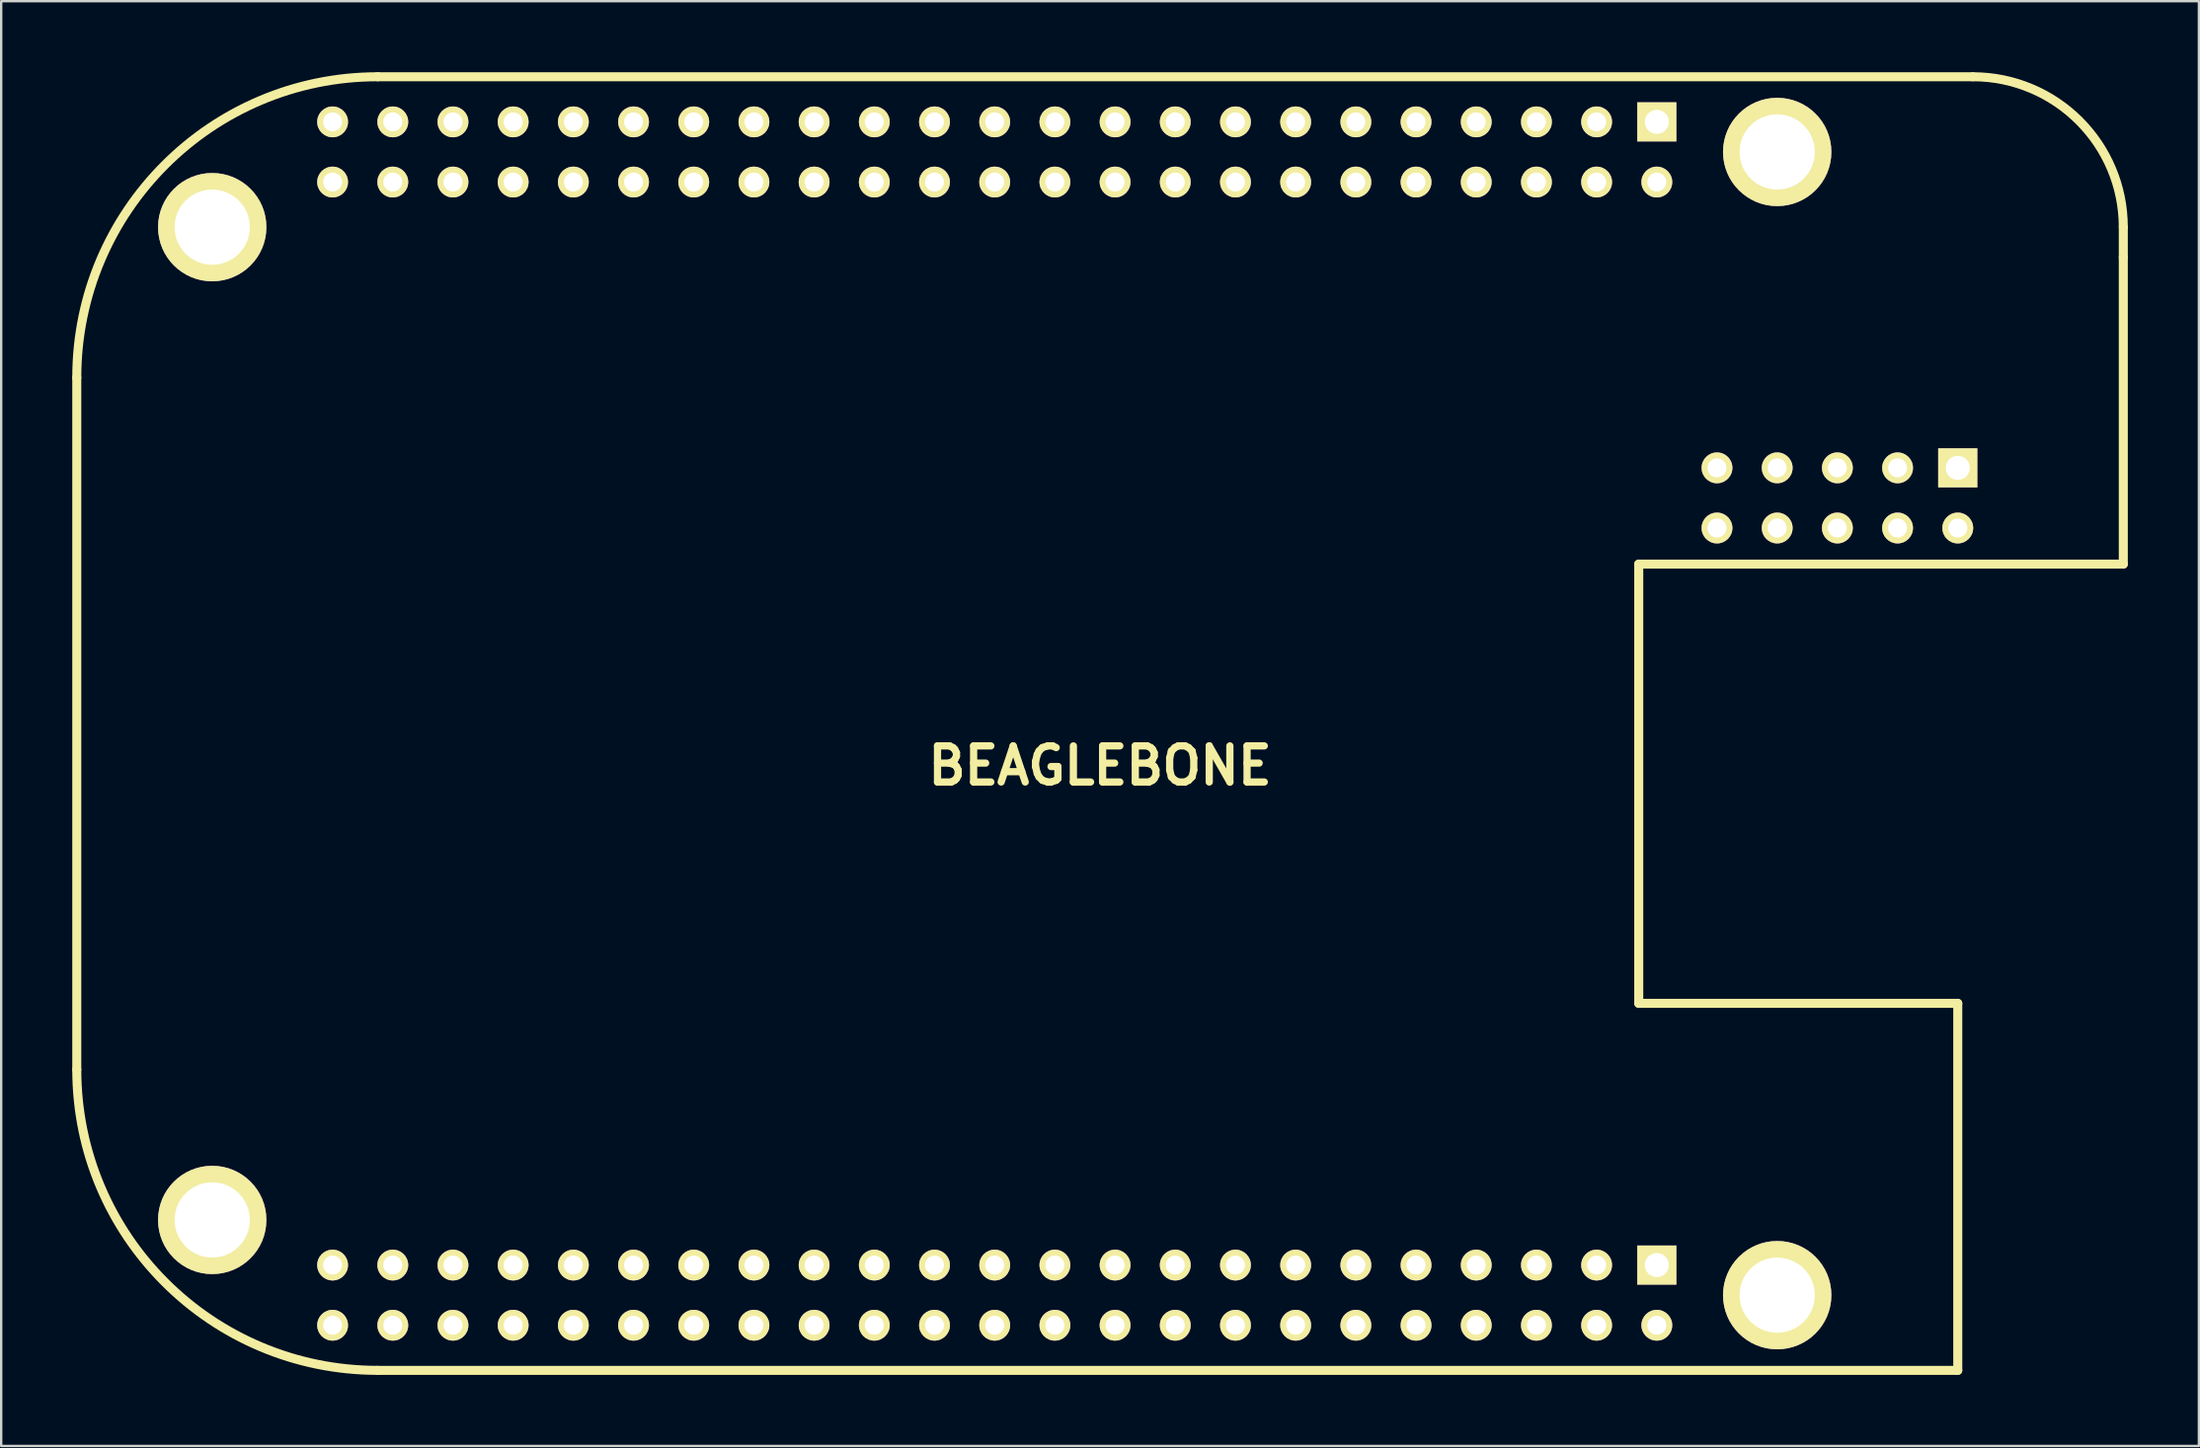
<source format=kicad_pcb>
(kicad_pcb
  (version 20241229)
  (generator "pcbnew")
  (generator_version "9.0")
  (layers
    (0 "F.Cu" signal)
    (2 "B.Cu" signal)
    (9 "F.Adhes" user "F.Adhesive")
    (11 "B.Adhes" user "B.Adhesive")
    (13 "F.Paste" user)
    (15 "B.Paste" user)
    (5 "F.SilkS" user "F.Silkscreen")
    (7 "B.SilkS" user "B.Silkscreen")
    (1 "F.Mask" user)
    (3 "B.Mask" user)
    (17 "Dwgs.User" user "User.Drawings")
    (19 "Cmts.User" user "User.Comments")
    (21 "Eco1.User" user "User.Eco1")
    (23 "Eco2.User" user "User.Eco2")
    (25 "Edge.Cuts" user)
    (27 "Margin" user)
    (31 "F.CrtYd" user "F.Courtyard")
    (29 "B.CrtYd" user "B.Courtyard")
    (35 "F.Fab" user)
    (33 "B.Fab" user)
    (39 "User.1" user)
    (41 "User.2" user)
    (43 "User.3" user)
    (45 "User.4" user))
  (footprint "BEAGLEBONE"
    (layer "F.Cu")
    (at 43.37 27.495)
    (property "Reference" "BEAGLEBONE" (at 0 1.778 0) (layer "F.SilkS") (effects (font (size 1.524 1.524) (thickness 0.305))))
    (attr through_hole)
    (fp_line (start -43.18 -14.605) (end -43.18 14.605) (stroke (width 0.381) (type solid)) (layer "F.SilkS"))
    (fp_line (start -30.48 -27.305) (end 36.83 -27.305) (stroke (width 0.381) (type solid)) (layer "F.SilkS"))
    (fp_line (start -30.48 27.305) (end 36.195 27.305) (stroke (width 0.381) (type solid)) (layer "F.SilkS"))
    (fp_line (start 22.733 -6.731) (end 22.733 11.811) (stroke (width 0.381) (type solid)) (layer "F.SilkS"))
    (fp_line (start 36.195 11.811) (end 22.733 11.811) (stroke (width 0.381) (type solid)) (layer "F.SilkS"))
    (fp_line (start 36.195 27.305) (end 36.195 11.811) (stroke (width 0.381) (type solid)) (layer "F.SilkS"))
    (fp_line (start 43.18 -20.955) (end 43.18 -19.685) (stroke (width 0.381) (type solid)) (layer "F.SilkS"))
    (fp_line (start 43.18 -6.731) (end 22.733 -6.731) (stroke (width 0.381) (type solid)) (layer "F.SilkS"))
    (fp_line (start 43.18 -6.731) (end 43.18 -19.685) (stroke (width 0.381) (type solid)) (layer "F.SilkS"))
    (fp_arc (start -43.18 -14.605) (mid -39.460256 -23.585256) (end -30.48 -27.305) (stroke (width 0.381) (type solid)) (layer "F.SilkS"))
    (fp_arc (start -30.48 27.305) (mid -39.460256 23.585256) (end -43.18 14.605) (stroke (width 0.381) (type solid)) (layer "F.SilkS"))
    (fp_arc (start 36.83 -27.305) (mid 41.320128 -25.445128) (end 43.18 -20.955) (stroke (width 0.381) (type solid)) (layer "F.SilkS"))
    (pad "A1" thru_hole rect (at 36.195 -10.795) (size 1.651 1.651) (drill 1.016) (layers "*.Cu" "*.Mask" "F.SilkS"))
    (pad "A2" thru_hole circle (at 36.195 -8.255) (size 1.3 1.3) (drill 0.8) (layers "*.Cu" "*.Mask" "F.SilkS"))
    (pad "A3" thru_hole circle (at 33.655 -10.795) (size 1.3 1.3) (drill 0.8) (layers "*.Cu" "*.Mask" "F.SilkS"))
    (pad "A4" thru_hole circle (at 33.655 -8.255) (size 1.3 1.3) (drill 0.8) (layers "*.Cu" "*.Mask" "F.SilkS"))
    (pad "A5" thru_hole circle (at 31.115 -10.795) (size 1.3 1.3) (drill 0.8) (layers "*.Cu" "*.Mask" "F.SilkS"))
    (pad "A6" thru_hole circle (at 31.115 -8.255) (size 1.3 1.3) (drill 0.8) (layers "*.Cu" "*.Mask" "F.SilkS"))
    (pad "A7" thru_hole circle (at 28.575 -10.795) (size 1.3 1.3) (drill 0.8) (layers "*.Cu" "*.Mask" "F.SilkS"))
    (pad "A8" thru_hole circle (at 28.575 -8.255) (size 1.3 1.3) (drill 0.8) (layers "*.Cu" "*.Mask" "F.SilkS"))
    (pad "A9" thru_hole circle (at 26.035 -10.795) (size 1.3 1.3) (drill 0.8) (layers "*.Cu" "*.Mask" "F.SilkS"))
    (pad "A10" thru_hole circle (at 26.035 -8.255) (size 1.3 1.3) (drill 0.8) (layers "*.Cu" "*.Mask" "F.SilkS"))
    (pad "B1" thru_hole rect (at 23.495 22.86) (size 1.651 1.651) (drill 1.016) (layers "*.Cu" "*.Mask" "F.SilkS"))
    (pad "B2" thru_hole circle (at 23.495 25.4) (size 1.3 1.3) (drill 0.8) (layers "*.Cu" "*.Mask" "F.SilkS"))
    (pad "B3" thru_hole circle (at 20.955 22.86) (size 1.3 1.3) (drill 0.8) (layers "*.Cu" "*.Mask" "F.SilkS"))
    (pad "B4" thru_hole circle (at 20.955 25.4) (size 1.3 1.3) (drill 0.8) (layers "*.Cu" "*.Mask" "F.SilkS"))
    (pad "B5" thru_hole circle (at 18.415 22.86) (size 1.3 1.3) (drill 0.8) (layers "*.Cu" "*.Mask" "F.SilkS"))
    (pad "B6" thru_hole circle (at 18.415 25.4) (size 1.3 1.3) (drill 0.8) (layers "*.Cu" "*.Mask" "F.SilkS"))
    (pad "B7" thru_hole circle (at 15.875 22.86) (size 1.3 1.3) (drill 0.8) (layers "*.Cu" "*.Mask" "F.SilkS"))
    (pad "B8" thru_hole circle (at 15.875 25.4) (size 1.3 1.3) (drill 0.8) (layers "*.Cu" "*.Mask" "F.SilkS"))
    (pad "B9" thru_hole circle (at 13.335 22.86) (size 1.3 1.3) (drill 0.8) (layers "*.Cu" "*.Mask" "F.SilkS"))
    (pad "B10" thru_hole circle (at 13.335 25.4) (size 1.3 1.3) (drill 0.8) (layers "*.Cu" "*.Mask" "F.SilkS"))
    (pad "B11" thru_hole circle (at 10.795 22.86) (size 1.3 1.3) (drill 0.8) (layers "*.Cu" "*.Mask" "F.SilkS"))
    (pad "B12" thru_hole circle (at 10.795 25.4) (size 1.3 1.3) (drill 0.8) (layers "*.Cu" "*.Mask" "F.SilkS"))
    (pad "B13" thru_hole circle (at 8.255 22.86) (size 1.3 1.3) (drill 0.8) (layers "*.Cu" "*.Mask" "F.SilkS"))
    (pad "B14" thru_hole circle (at 8.255 25.4) (size 1.3 1.3) (drill 0.8) (layers "*.Cu" "*.Mask" "F.SilkS"))
    (pad "B15" thru_hole circle (at 5.715 22.86) (size 1.3 1.3) (drill 0.8) (layers "*.Cu" "*.Mask" "F.SilkS"))
    (pad "B16" thru_hole circle (at 5.715 25.4) (size 1.3 1.3) (drill 0.8) (layers "*.Cu" "*.Mask" "F.SilkS"))
    (pad "B17" thru_hole circle (at 3.175 22.86) (size 1.3 1.3) (drill 0.8) (layers "*.Cu" "*.Mask" "F.SilkS"))
    (pad "B18" thru_hole circle (at 3.175 25.4) (size 1.3 1.3) (drill 0.8) (layers "*.Cu" "*.Mask" "F.SilkS"))
    (pad "B19" thru_hole circle (at 0.635 22.86) (size 1.3 1.3) (drill 0.8) (layers "*.Cu" "*.Mask" "F.SilkS"))
    (pad "B20" thru_hole circle (at 0.635 25.4) (size 1.3 1.3) (drill 0.8) (layers "*.Cu" "*.Mask" "F.SilkS"))
    (pad "B21" thru_hole circle (at -1.905 22.86) (size 1.3 1.3) (drill 0.8) (layers "*.Cu" "*.Mask" "F.SilkS"))
    (pad "B22" thru_hole circle (at -1.905 25.4) (size 1.3 1.3) (drill 0.8) (layers "*.Cu" "*.Mask" "F.SilkS"))
    (pad "B23" thru_hole circle (at -4.445 22.86) (size 1.3 1.3) (drill 0.8) (layers "*.Cu" "*.Mask" "F.SilkS"))
    (pad "B24" thru_hole circle (at -4.445 25.4) (size 1.3 1.3) (drill 0.8) (layers "*.Cu" "*.Mask" "F.SilkS"))
    (pad "B25" thru_hole circle (at -6.985 22.86) (size 1.3 1.3) (drill 0.8) (layers "*.Cu" "*.Mask" "F.SilkS"))
    (pad "B26" thru_hole circle (at -6.985 25.4) (size 1.3 1.3) (drill 0.8) (layers "*.Cu" "*.Mask" "F.SilkS"))
    (pad "B27" thru_hole circle (at -9.525 22.86) (size 1.3 1.3) (drill 0.8) (layers "*.Cu" "*.Mask" "F.SilkS"))
    (pad "B28" thru_hole circle (at -9.525 25.4) (size 1.3 1.3) (drill 0.8) (layers "*.Cu" "*.Mask" "F.SilkS"))
    (pad "B29" thru_hole circle (at -12.065 22.86) (size 1.3 1.3) (drill 0.8) (layers "*.Cu" "*.Mask" "F.SilkS"))
    (pad "B30" thru_hole circle (at -12.065 25.4) (size 1.3 1.3) (drill 0.8) (layers "*.Cu" "*.Mask" "F.SilkS"))
    (pad "B31" thru_hole circle (at -14.605 22.86) (size 1.3 1.3) (drill 0.8) (layers "*.Cu" "*.Mask" "F.SilkS"))
    (pad "B32" thru_hole circle (at -14.605 25.4) (size 1.3 1.3) (drill 0.8) (layers "*.Cu" "*.Mask" "F.SilkS"))
    (pad "B33" thru_hole circle (at -17.145 22.86) (size 1.3 1.3) (drill 0.8) (layers "*.Cu" "*.Mask" "F.SilkS"))
    (pad "B34" thru_hole circle (at -17.145 25.4) (size 1.3 1.3) (drill 0.8) (layers "*.Cu" "*.Mask" "F.SilkS"))
    (pad "B35" thru_hole circle (at -19.685 22.86) (size 1.3 1.3) (drill 0.8) (layers "*.Cu" "*.Mask" "F.SilkS"))
    (pad "B36" thru_hole circle (at -19.685 25.4) (size 1.3 1.3) (drill 0.8) (layers "*.Cu" "*.Mask" "F.SilkS"))
    (pad "B37" thru_hole circle (at -22.225 22.86) (size 1.3 1.3) (drill 0.8) (layers "*.Cu" "*.Mask" "F.SilkS"))
    (pad "B38" thru_hole circle (at -22.225 25.4) (size 1.3 1.3) (drill 0.8) (layers "*.Cu" "*.Mask" "F.SilkS"))
    (pad "B39" thru_hole circle (at -24.765 22.86) (size 1.3 1.3) (drill 0.8) (layers "*.Cu" "*.Mask" "F.SilkS"))
    (pad "B40" thru_hole circle (at -24.765 25.4) (size 1.3 1.3) (drill 0.8) (layers "*.Cu" "*.Mask" "F.SilkS"))
    (pad "B41" thru_hole circle (at -27.305 22.86) (size 1.3 1.3) (drill 0.8) (layers "*.Cu" "*.Mask" "F.SilkS"))
    (pad "B42" thru_hole circle (at -27.305 25.4) (size 1.3 1.3) (drill 0.8) (layers "*.Cu" "*.Mask" "F.SilkS"))
    (pad "B43" thru_hole circle (at -29.845 22.86) (size 1.3 1.3) (drill 0.8) (layers "*.Cu" "*.Mask" "F.SilkS"))
    (pad "B44" thru_hole circle (at -29.845 25.4) (size 1.3 1.3) (drill 0.8) (layers "*.Cu" "*.Mask" "F.SilkS"))
    (pad "B45" thru_hole circle (at -32.385 22.86) (size 1.3 1.3) (drill 0.8) (layers "*.Cu" "*.Mask" "F.SilkS"))
    (pad "B46" thru_hole circle (at -32.385 25.4) (size 1.3 1.3) (drill 0.8) (layers "*.Cu" "*.Mask" "F.SilkS"))
    (pad "C1" thru_hole rect (at 23.495 -25.4) (size 1.651 1.651) (drill 1.016) (layers "*.Cu" "*.Mask" "F.SilkS"))
    (pad "C2" thru_hole circle (at 23.495 -22.86) (size 1.3 1.3) (drill 0.8) (layers "*.Cu" "*.Mask" "F.SilkS"))
    (pad "C3" thru_hole circle (at 20.955 -25.4) (size 1.3 1.3) (drill 0.8) (layers "*.Cu" "*.Mask" "F.SilkS"))
    (pad "C4" thru_hole circle (at 20.955 -22.86) (size 1.3 1.3) (drill 0.8) (layers "*.Cu" "*.Mask" "F.SilkS"))
    (pad "C5" thru_hole circle (at 18.415 -25.4) (size 1.3 1.3) (drill 0.8) (layers "*.Cu" "*.Mask" "F.SilkS"))
    (pad "C6" thru_hole circle (at 18.415 -22.86) (size 1.3 1.3) (drill 0.8) (layers "*.Cu" "*.Mask" "F.SilkS"))
    (pad "C7" thru_hole circle (at 15.875 -25.4) (size 1.3 1.3) (drill 0.8) (layers "*.Cu" "*.Mask" "F.SilkS"))
    (pad "C8" thru_hole circle (at 15.875 -22.86) (size 1.3 1.3) (drill 0.8) (layers "*.Cu" "*.Mask" "F.SilkS"))
    (pad "C9" thru_hole circle (at 13.335 -25.4) (size 1.3 1.3) (drill 0.8) (layers "*.Cu" "*.Mask" "F.SilkS"))
    (pad "C10" thru_hole circle (at 13.335 -22.86) (size 1.3 1.3) (drill 0.8) (layers "*.Cu" "*.Mask" "F.SilkS"))
    (pad "C11" thru_hole circle (at 10.795 -25.4) (size 1.3 1.3) (drill 0.8) (layers "*.Cu" "*.Mask" "F.SilkS"))
    (pad "C12" thru_hole circle (at 10.795 -22.86) (size 1.3 1.3) (drill 0.8) (layers "*.Cu" "*.Mask" "F.SilkS"))
    (pad "C13" thru_hole circle (at 8.255 -25.4) (size 1.3 1.3) (drill 0.8) (layers "*.Cu" "*.Mask" "F.SilkS"))
    (pad "C14" thru_hole circle (at 8.255 -22.86) (size 1.3 1.3) (drill 0.8) (layers "*.Cu" "*.Mask" "F.SilkS"))
    (pad "C15" thru_hole circle (at 5.715 -25.4) (size 1.3 1.3) (drill 0.8) (layers "*.Cu" "*.Mask" "F.SilkS"))
    (pad "C16" thru_hole circle (at 5.715 -22.86) (size 1.3 1.3) (drill 0.8) (layers "*.Cu" "*.Mask" "F.SilkS"))
    (pad "C17" thru_hole circle (at 3.175 -25.4) (size 1.3 1.3) (drill 0.8) (layers "*.Cu" "*.Mask" "F.SilkS"))
    (pad "C18" thru_hole circle (at 3.175 -22.86) (size 1.3 1.3) (drill 0.8) (layers "*.Cu" "*.Mask" "F.SilkS"))
    (pad "C19" thru_hole circle (at 0.635 -25.4) (size 1.3 1.3) (drill 0.8) (layers "*.Cu" "*.Mask" "F.SilkS"))
    (pad "C20" thru_hole circle (at 0.635 -22.86) (size 1.3 1.3) (drill 0.8) (layers "*.Cu" "*.Mask" "F.SilkS"))
    (pad "C21" thru_hole circle (at -1.905 -25.4) (size 1.3 1.3) (drill 0.8) (layers "*.Cu" "*.Mask" "F.SilkS"))
    (pad "C22" thru_hole circle (at -1.905 -22.86) (size 1.3 1.3) (drill 0.8) (layers "*.Cu" "*.Mask" "F.SilkS"))
    (pad "C23" thru_hole circle (at -4.445 -25.4) (size 1.3 1.3) (drill 0.8) (layers "*.Cu" "*.Mask" "F.SilkS"))
    (pad "C24" thru_hole circle (at -4.445 -22.86) (size 1.3 1.3) (drill 0.8) (layers "*.Cu" "*.Mask" "F.SilkS"))
    (pad "C25" thru_hole circle (at -6.985 -25.4) (size 1.3 1.3) (drill 0.8) (layers "*.Cu" "*.Mask" "F.SilkS"))
    (pad "C26" thru_hole circle (at -6.985 -22.86) (size 1.3 1.3) (drill 0.8) (layers "*.Cu" "*.Mask" "F.SilkS"))
    (pad "C27" thru_hole circle (at -9.525 -25.4) (size 1.3 1.3) (drill 0.8) (layers "*.Cu" "*.Mask" "F.SilkS"))
    (pad "C28" thru_hole circle (at -9.525 -22.86) (size 1.3 1.3) (drill 0.8) (layers "*.Cu" "*.Mask" "F.SilkS"))
    (pad "C29" thru_hole circle (at -12.065 -25.4) (size 1.3 1.3) (drill 0.8) (layers "*.Cu" "*.Mask" "F.SilkS"))
    (pad "C30" thru_hole circle (at -12.065 -22.86) (size 1.3 1.3) (drill 0.8) (layers "*.Cu" "*.Mask" "F.SilkS"))
    (pad "C31" thru_hole circle (at -14.605 -25.4) (size 1.3 1.3) (drill 0.8) (layers "*.Cu" "*.Mask" "F.SilkS"))
    (pad "C32" thru_hole circle (at -14.605 -22.86) (size 1.3 1.3) (drill 0.8) (layers "*.Cu" "*.Mask" "F.SilkS"))
    (pad "C33" thru_hole circle (at -17.145 -25.4) (size 1.3 1.3) (drill 0.8) (layers "*.Cu" "*.Mask" "F.SilkS"))
    (pad "C34" thru_hole circle (at -17.145 -22.86) (size 1.3 1.3) (drill 0.8) (layers "*.Cu" "*.Mask" "F.SilkS"))
    (pad "C35" thru_hole circle (at -19.685 -25.4) (size 1.3 1.3) (drill 0.8) (layers "*.Cu" "*.Mask" "F.SilkS"))
    (pad "C36" thru_hole circle (at -19.685 -22.86) (size 1.3 1.3) (drill 0.8) (layers "*.Cu" "*.Mask" "F.SilkS"))
    (pad "C37" thru_hole circle (at -22.225 -25.4) (size 1.3 1.3) (drill 0.8) (layers "*.Cu" "*.Mask" "F.SilkS"))
    (pad "C38" thru_hole circle (at -22.225 -22.86) (size 1.3 1.3) (drill 0.8) (layers "*.Cu" "*.Mask" "F.SilkS"))
    (pad "C39" thru_hole circle (at -24.765 -25.4) (size 1.3 1.3) (drill 0.8) (layers "*.Cu" "*.Mask" "F.SilkS"))
    (pad "C40" thru_hole circle (at -24.765 -22.86) (size 1.3 1.3) (drill 0.8) (layers "*.Cu" "*.Mask" "F.SilkS"))
    (pad "C41" thru_hole circle (at -27.305 -25.4) (size 1.3 1.3) (drill 0.8) (layers "*.Cu" "*.Mask" "F.SilkS"))
    (pad "C42" thru_hole circle (at -27.305 -22.86) (size 1.3 1.3) (drill 0.8) (layers "*.Cu" "*.Mask" "F.SilkS"))
    (pad "C43" thru_hole circle (at -29.845 -25.4) (size 1.3 1.3) (drill 0.8) (layers "*.Cu" "*.Mask" "F.SilkS"))
    (pad "C44" thru_hole circle (at -29.845 -22.86) (size 1.3 1.3) (drill 0.8) (layers "*.Cu" "*.Mask" "F.SilkS"))
    (pad "C45" thru_hole circle (at -32.385 -25.4) (size 1.3 1.3) (drill 0.8) (layers "*.Cu" "*.Mask" "F.SilkS"))
    (pad "C46" thru_hole circle (at -32.385 -22.86) (size 1.3 1.3) (drill 0.8) (layers "*.Cu" "*.Mask" "F.SilkS"))
    (pad "M1" thru_hole circle (at -37.465 -20.955) (size 4.572 4.572) (drill 3.175) (layers "*.Cu" "*.Mask" "F.SilkS"))
    (pad "M2" thru_hole circle (at 28.575 -24.13) (size 4.572 4.572) (drill 3.175) (layers "*.Cu" "*.Mask" "F.SilkS"))
    (pad "M3" thru_hole circle (at 28.575 24.13) (size 4.572 4.572) (drill 3.175) (layers "*.Cu" "*.Mask" "F.SilkS"))
    (pad "M4" thru_hole circle (at -37.465 20.955) (size 4.572 4.572) (drill 3.175) (layers "*.Cu" "*.Mask" "F.SilkS")))
  (gr_rect
    (start -3 -3)
    (end 89.741 57.991)
    (stroke (width 0.1) (type default))
    (fill no)
    (layer "Edge.Cuts")))
</source>
